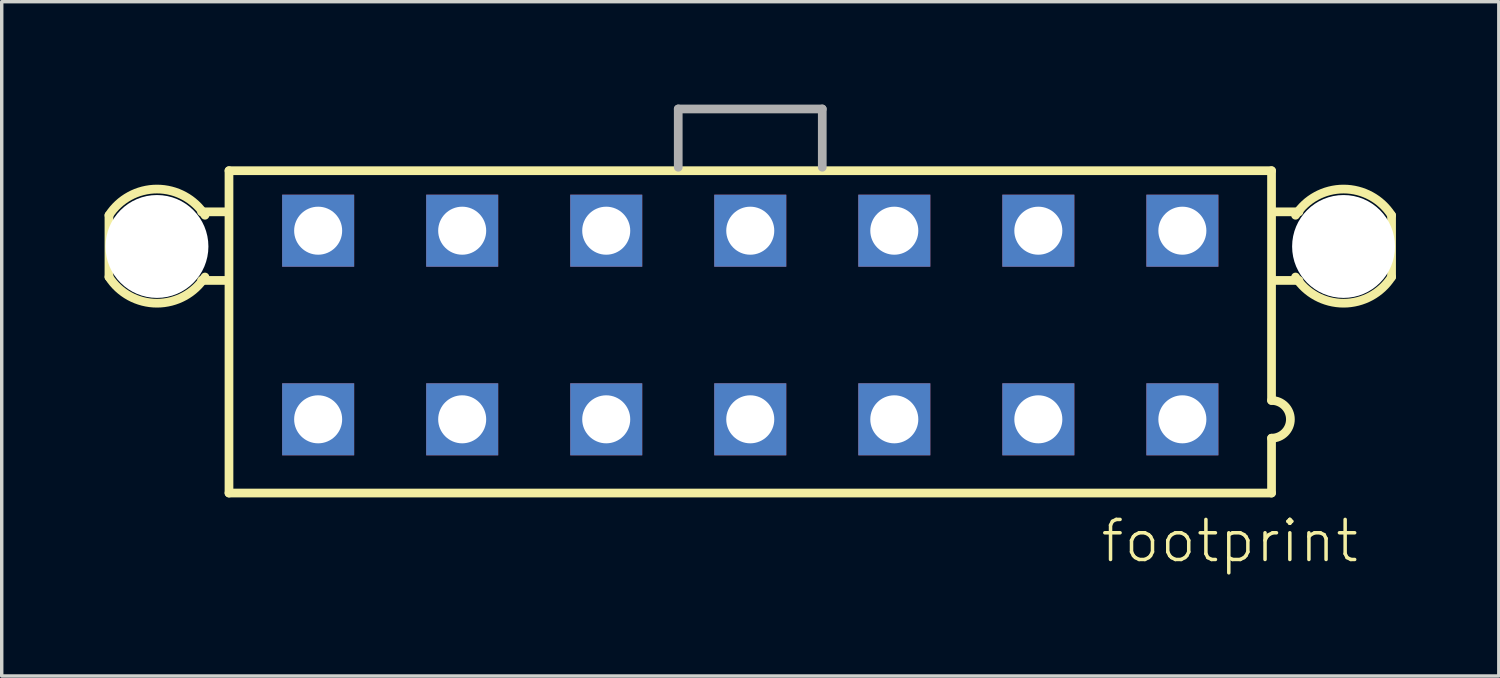
<source format=kicad_pcb>
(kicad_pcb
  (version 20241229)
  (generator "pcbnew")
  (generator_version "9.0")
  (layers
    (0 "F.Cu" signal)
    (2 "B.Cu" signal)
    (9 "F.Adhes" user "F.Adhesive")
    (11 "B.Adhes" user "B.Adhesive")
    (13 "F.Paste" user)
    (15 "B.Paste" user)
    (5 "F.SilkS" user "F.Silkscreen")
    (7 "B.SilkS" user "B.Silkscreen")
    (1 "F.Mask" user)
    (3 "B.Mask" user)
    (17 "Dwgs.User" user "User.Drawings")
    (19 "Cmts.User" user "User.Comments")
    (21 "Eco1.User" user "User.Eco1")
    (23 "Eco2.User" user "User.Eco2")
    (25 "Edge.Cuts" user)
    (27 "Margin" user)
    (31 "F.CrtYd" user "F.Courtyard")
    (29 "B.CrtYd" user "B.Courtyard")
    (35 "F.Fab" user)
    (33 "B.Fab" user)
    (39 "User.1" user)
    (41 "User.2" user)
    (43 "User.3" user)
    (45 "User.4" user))
  (footprint "footprint"
    (layer "F.Cu")
    (at 18.827 6.427)
    (property "Reference" "footprint" (at 10.16 6.985 0) (layer "F.SilkS") (effects (font (size 1.168 1.168) (thickness 0.102)) (justify left bottom)))
    (fp_line (start -18.7 -3.2) (end -18.7 -1.4) (stroke (width 0.254) (type solid)) (layer "F.SilkS"))
    (fp_line (start -16 -3.3) (end -15.3 -3.3) (stroke (width 0.254) (type solid)) (layer "F.SilkS"))
    (fp_line (start -16 -1.3) (end -15.3 -1.3) (stroke (width 0.254) (type solid)) (layer "F.SilkS"))
    (fp_line (start -15.2 -4.5) (end 15.2 -4.5) (stroke (width 0.254) (type solid)) (layer "F.SilkS"))
    (fp_line (start -15.2 4.9) (end -15.2 -4.5) (stroke (width 0.254) (type solid)) (layer "F.SilkS"))
    (fp_line (start 15.2 -4.5) (end 15.2 2.2) (stroke (width 0.254) (type solid)) (layer "F.SilkS"))
    (fp_line (start 15.2 3.3) (end 15.2 4.9) (stroke (width 0.254) (type solid)) (layer "F.SilkS"))
    (fp_line (start 15.2 4.9) (end -15.2 4.9) (stroke (width 0.254) (type solid)) (layer "F.SilkS"))
    (fp_line (start 16 -3.3) (end 15.3 -3.3) (stroke (width 0.254) (type solid)) (layer "F.SilkS"))
    (fp_line (start 16 -1.3) (end 15.3 -1.3) (stroke (width 0.254) (type solid)) (layer "F.SilkS"))
    (fp_line (start 18.7 -1.4) (end 18.7 -3.2) (stroke (width 0.254) (type solid)) (layer "F.SilkS"))
    (fp_arc (start -18.7 -3.2) (mid -17.299999 -3.964331) (end -15.899999 -3.199999) (stroke (width 0.254) (type solid)) (layer "F.SilkS"))
    (fp_arc (start -15.9 -1.4) (mid -17.3 -0.635668) (end -18.7 -1.4) (stroke (width 0.254) (type solid)) (layer "F.SilkS"))
    (fp_arc (start 15.2 2.2) (mid 15.75 2.75) (end 15.2 3.3) (stroke (width 0.254) (type solid)) (layer "F.SilkS"))
    (fp_arc (start 15.9 -3.2) (mid 17.300001 -3.964331) (end 18.700001 -3.199999) (stroke (width 0.254) (type solid)) (layer "F.SilkS"))
    (fp_arc (start 18.7 -1.4) (mid 17.3 -0.635668) (end 15.9 -1.4) (stroke (width 0.254) (type solid)) (layer "F.SilkS"))
    (fp_line (start -2.1 -6.3) (end -2.1 -4.6) (stroke (width 0.254) (type solid)) (layer "F.Fab"))
    (fp_line (start -2.1 -6.3) (end 2.1 -6.3) (stroke (width 0.254) (type solid)) (layer "F.Fab"))
    (fp_line (start 2.1 -6.3) (end 2.1 -4.6) (stroke (width 0.254) (type solid)) (layer "F.Fab"))
    (pad "" np_thru_hole circle (at -17.3 -2.29) (size 3 3) (drill 3) (layers "*.Cu" "*.Mask"))
    (pad "" np_thru_hole circle (at 17.3 -2.29) (size 3 3) (drill 3) (layers "*.Cu" "*.Mask"))
    (pad "1" thru_hole rect (at 12.6 2.75) (size 2.1 2.1) (drill 1.4) (layers "*.Cu" "*.Mask"))
    (pad "2" thru_hole rect (at 8.4 2.75) (size 2.1 2.1) (drill 1.4) (layers "*.Cu" "*.Mask"))
    (pad "3" thru_hole rect (at 4.2 2.75) (size 2.1 2.1) (drill 1.4) (layers "*.Cu" "*.Mask"))
    (pad "4" thru_hole rect (at 0 2.75) (size 2.1 2.1) (drill 1.4) (layers "*.Cu" "*.Mask"))
    (pad "5" thru_hole rect (at -4.2 2.75) (size 2.1 2.1) (drill 1.4) (layers "*.Cu" "*.Mask"))
    (pad "6" thru_hole rect (at -8.4 2.75) (size 2.1 2.1) (drill 1.4) (layers "*.Cu" "*.Mask"))
    (pad "7" thru_hole rect (at -12.6 2.75) (size 2.1 2.1) (drill 1.4) (layers "*.Cu" "*.Mask"))
    (pad "8" thru_hole rect (at 12.6 -2.75) (size 2.1 2.1) (drill 1.4) (layers "*.Cu" "*.Mask"))
    (pad "9" thru_hole rect (at 8.4 -2.75) (size 2.1 2.1) (drill 1.4) (layers "*.Cu" "*.Mask"))
    (pad "10" thru_hole rect (at 4.2 -2.75) (size 2.1 2.1) (drill 1.4) (layers "*.Cu" "*.Mask"))
    (pad "11" thru_hole rect (at 0 -2.75) (size 2.1 2.1) (drill 1.4) (layers "*.Cu" "*.Mask"))
    (pad "12" thru_hole rect (at -4.2 -2.75) (size 2.1 2.1) (drill 1.4) (layers "*.Cu" "*.Mask"))
    (pad "13" thru_hole rect (at -8.4 -2.75) (size 2.1 2.1) (drill 1.4) (layers "*.Cu" "*.Mask"))
    (pad "14" thru_hole rect (at -12.6 -2.75) (size 2.1 2.1) (drill 1.4) (layers "*.Cu" "*.Mask")))
  (gr_rect
    (start -3 -3)
    (end 40.654 16.662)
    (stroke (width 0.1) (type default))
    (fill no)
    (layer "Edge.Cuts")))
</source>
